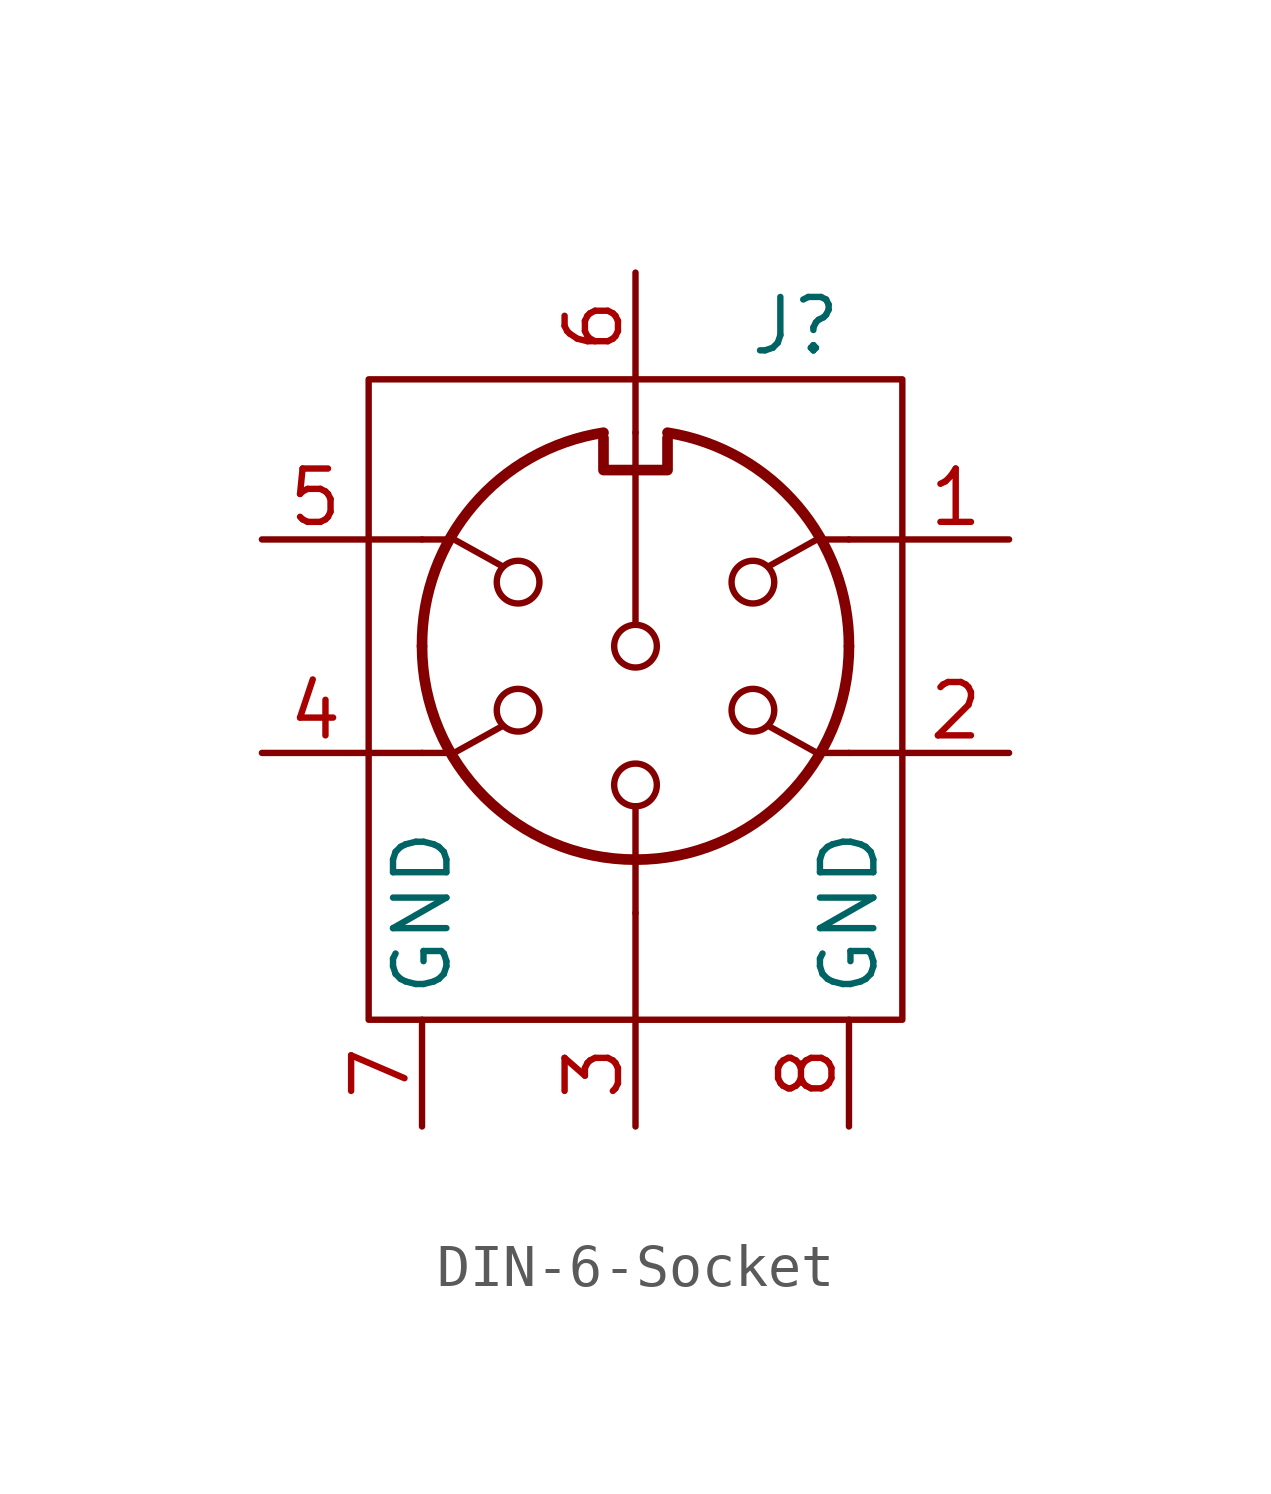
<source format=kicad_sym>
(kicad_symbol_lib
  (version 20220914)
  (generator kicad_symbol_editor)
  (symbol "DIN-6-Socket"
    (property "Reference" "J"
      (at 3.81 7.62 0)
      (effects (font (size 1.27 1.27))))
    (property "Value" ""
      (at 0 0 0)
      (effects (font (size 1.27 1.27))))
    (symbol "DIN-6-Socket_0_1"
      (rectangle (start -6.35 6.35) (end 6.35 -8.89) (stroke (width 0) (type default)) (fill (type none)))
      (polyline (pts (xy -5.08 -2.54) (xy -6.35 -2.54)) (stroke (width 0) (type default)) (fill (type none)))
      (polyline (pts (xy -5.08 2.54) (xy -6.35 2.54)) (stroke (width 0) (type default)) (fill (type none)))
      (polyline (pts (xy 0 -6.35) (xy 0 -8.89)) (stroke (width 0) (type default)) (fill (type none)))
      (polyline (pts (xy 0 -5.08) (xy 0 -6.35)) (stroke (width 0) (type default)) (fill (type none)))
      (polyline (pts (xy 0 5.08) (xy 0 6.35)) (stroke (width 0) (type default)) (fill (type none)))
      (polyline (pts (xy 5.08 -2.54) (xy 6.35 -2.54)) (stroke (width 0) (type default)) (fill (type none)))
      (polyline (pts (xy 5.08 2.54) (xy 6.35 2.54)) (stroke (width 0) (type default)) (fill (type none))))
    (symbol "DIN-6-Socket_1_1"
      (arc (start -5.08 0) (mid 0 -5.0579) (end 5.08 0) (stroke (width 0.254) (type default)) (fill (type none)))
      (circle (center -2.794 -1.524) (radius 0.508) (stroke (width 0) (type default)) (fill (type none)))
      (circle (center -2.794 1.524) (radius 0.508) (stroke (width 0) (type default)) (fill (type none)))
      (arc (start -0.762 5.08) (mid -3.8685 3.343) (end -5.08 0) (stroke (width 0.254) (type default)) (fill (type none)))
      (circle (center 0 -3.302) (radius 0.508) (stroke (width 0) (type default)) (fill (type none)))
      (polyline (pts (xy 0 -5.08) (xy 0 -3.81)) (stroke (width 0) (type default)) (fill (type none)))
      (polyline (pts (xy 0 5.08) (xy 0 0.508)) (stroke (width 0) (type default)) (fill (type none)))
      (polyline (pts (xy -5.08 -2.54) (xy -4.318 -2.54) (xy -3.175 -1.905)) (stroke (width 0) (type default)) (fill (type none)))
      (polyline (pts (xy -5.08 2.54) (xy -4.318 2.54) (xy -3.175 1.905)) (stroke (width 0) (type default)) (fill (type none)))
      (polyline (pts (xy 5.08 -2.54) (xy 4.318 -2.54) (xy 3.175 -1.905)) (stroke (width 0) (type default)) (fill (type none)))
      (polyline (pts (xy 5.08 2.54) (xy 4.318 2.54) (xy 3.175 1.905)) (stroke (width 0) (type default)) (fill (type none)))
      (polyline (pts (xy 0.762 4.953) (xy 0.762 4.191) (xy -0.762 4.191) (xy -0.762 4.953)) (stroke (width 0.254) (type default)) (fill (type none)))
      (circle (center 0 0) (radius 0.508) (stroke (width 0) (type default)) (fill (type none)))
      (circle (center 2.794 -1.524) (radius 0.508) (stroke (width 0) (type default)) (fill (type none)))
      (circle (center 2.794 1.524) (radius 0.508) (stroke (width 0) (type default)) (fill (type none)))
      (arc (start 5.08 0) (mid 3.8609 3.3364) (end 0.762 5.08) (stroke (width 0.254) (type default)) (fill (type none)))
      (pin passive line (at 8.89 2.54 180) (length 2.54) (name "~" (effects (font (size 1.27 1.27)))) (number "1" (effects (font (size 1.27 1.27)))))
      (pin passive line (at 8.89 -2.54 180) (length 2.54) (name "~" (effects (font (size 1.27 1.27)))) (number "2" (effects (font (size 1.27 1.27)))))
      (pin passive line (at 0 -11.43 90) (length 2.54) (name "~" (effects (font (size 1.27 1.27)))) (number "3" (effects (font (size 1.27 1.27)))))
      (pin passive line (at -8.89 -2.54 0) (length 2.54) (name "~" (effects (font (size 1.27 1.27)))) (number "4" (effects (font (size 1.27 1.27)))))
      (pin passive line (at -8.89 2.54 0) (length 2.54) (name "~" (effects (font (size 1.27 1.27)))) (number "5" (effects (font (size 1.27 1.27)))))
      (pin passive line (at 0 8.89 270) (length 2.54) (name "~" (effects (font (size 1.27 1.27)))) (number "6" (effects (font (size 1.27 1.27)))))
      (pin passive line (at -5.08 -11.43 90) (length 2.54) (name "GND" (effects (font (size 1.27 1.27)))) (number "7" (effects (font (size 1.27 1.27)))))
      (pin passive line (at 5.08 -11.43 90) (length 2.54) (name "GND" (effects (font (size 1.27 1.27)))) (number "8" (effects (font (size 1.27 1.27))))))))
</source>
